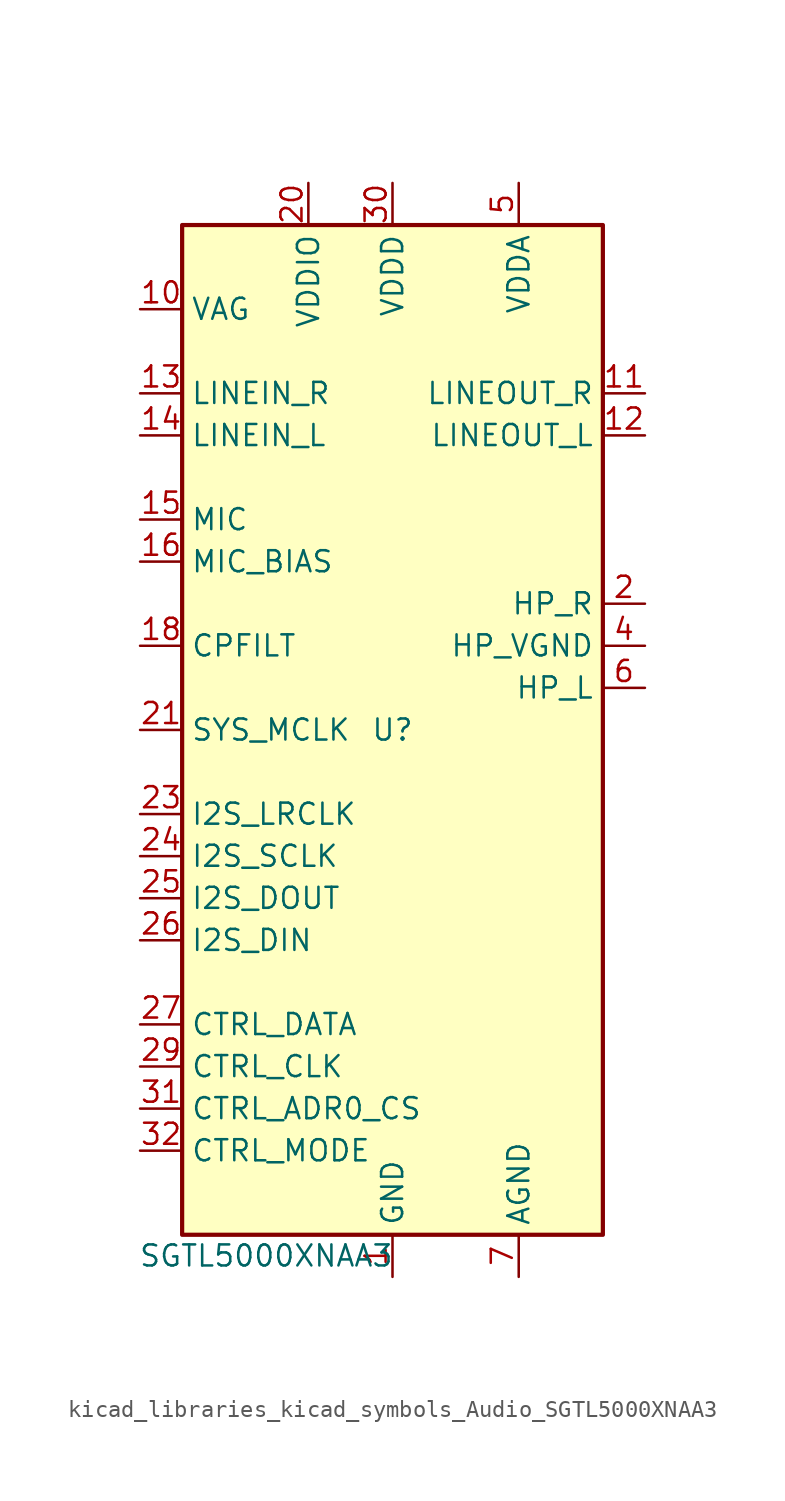
<source format=kicad_sym>
(kicad_symbol_lib
  (version 20220914)
  (generator kicad_symbol_editor)
  (symbol "kicad_libraries_kicad_symbols_Audio_SGTL5000XNAA3"
    (property "Reference" "U"
      (at 0 0 0)
      (effects (font (size 1.27 1.27))))
    (property "Value" "SGTL5000XNAA3"
      (at -7.62 -31.75 0)
      (effects (font (size 1.27 1.27))))
    (symbol "kicad_libraries_kicad_symbols_Audio_SGTL5000XNAA3_0_1"
      (rectangle (start -12.7 30.48) (end 12.7 -30.48) (stroke (width 0.254) (type default)) (fill (type background))))
    (symbol "kicad_libraries_kicad_symbols_Audio_SGTL5000XNAA3_1_1"
      (pin power_in line (at 0 -33.02 90) (length 2.54) (name "GND" (effects (font (size 1.27 1.27)))) (number "1" (effects (font (size 1.27 1.27)))))
      (pin passive line (at -15.24 25.4 0) (length 2.54) (name "VAG" (effects (font (size 1.27 1.27)))) (number "10" (effects (font (size 1.27 1.27)))))
      (pin output line (at 15.24 20.32 180) (length 2.54) (name "LINEOUT_R" (effects (font (size 1.27 1.27)))) (number "11" (effects (font (size 1.27 1.27)))))
      (pin output line (at 15.24 17.78 180) (length 2.54) (name "LINEOUT_L" (effects (font (size 1.27 1.27)))) (number "12" (effects (font (size 1.27 1.27)))))
      (pin input line (at -15.24 20.32 0) (length 2.54) (name "LINEIN_R" (effects (font (size 1.27 1.27)))) (number "13" (effects (font (size 1.27 1.27)))))
      (pin input line (at -15.24 17.78 0) (length 2.54) (name "LINEIN_L" (effects (font (size 1.27 1.27)))) (number "14" (effects (font (size 1.27 1.27)))))
      (pin input line (at -15.24 12.7 0) (length 2.54) (name "MIC" (effects (font (size 1.27 1.27)))) (number "15" (effects (font (size 1.27 1.27)))))
      (pin input line (at -15.24 10.16 0) (length 2.54) (name "MIC_BIAS" (effects (font (size 1.27 1.27)))) (number "16" (effects (font (size 1.27 1.27)))))
      (pin no_connect line (at 10.16 -20.32 0) (length 2.54) hide (name "NC" (effects (font (size 1.27 1.27)))) (number "17" (effects (font (size 1.27 1.27)))))
      (pin input line (at -15.24 5.08 0) (length 2.54) (name "CPFILT" (effects (font (size 1.27 1.27)))) (number "18" (effects (font (size 1.27 1.27)))))
      (pin no_connect line (at 10.16 -2.54 0) (length 2.54) hide (name "NC" (effects (font (size 1.27 1.27)))) (number "19" (effects (font (size 1.27 1.27)))))
      (pin output line (at 15.24 7.62 180) (length 2.54) (name "HP_R" (effects (font (size 1.27 1.27)))) (number "2" (effects (font (size 1.27 1.27)))))
      (pin power_in line (at -5.08 33.02 270) (length 2.54) (name "VDDIO" (effects (font (size 1.27 1.27)))) (number "20" (effects (font (size 1.27 1.27)))))
      (pin input line (at -15.24 0 0) (length 2.54) (name "SYS_MCLK" (effects (font (size 1.27 1.27)))) (number "21" (effects (font (size 1.27 1.27)))))
      (pin no_connect line (at 10.16 -5.08 0) (length 2.54) hide (name "NC" (effects (font (size 1.27 1.27)))) (number "22" (effects (font (size 1.27 1.27)))))
      (pin input line (at -15.24 -5.08 0) (length 2.54) (name "I2S_LRCLK" (effects (font (size 1.27 1.27)))) (number "23" (effects (font (size 1.27 1.27)))))
      (pin input line (at -15.24 -7.62 0) (length 2.54) (name "I2S_SCLK" (effects (font (size 1.27 1.27)))) (number "24" (effects (font (size 1.27 1.27)))))
      (pin output line (at -15.24 -10.16 0) (length 2.54) (name "I2S_DOUT" (effects (font (size 1.27 1.27)))) (number "25" (effects (font (size 1.27 1.27)))))
      (pin input line (at -15.24 -12.7 0) (length 2.54) (name "I2S_DIN" (effects (font (size 1.27 1.27)))) (number "26" (effects (font (size 1.27 1.27)))))
      (pin input line (at -15.24 -17.78 0) (length 2.54) (name "CTRL_DATA" (effects (font (size 1.27 1.27)))) (number "27" (effects (font (size 1.27 1.27)))))
      (pin no_connect line (at 10.16 -7.62 0) (length 2.54) hide (name "NC" (effects (font (size 1.27 1.27)))) (number "28" (effects (font (size 1.27 1.27)))))
      (pin input line (at -15.24 -20.32 0) (length 2.54) (name "CTRL_CLK" (effects (font (size 1.27 1.27)))) (number "29" (effects (font (size 1.27 1.27)))))
      (pin passive line (at 0 -33.02 90) (length 2.54) hide (name "GND" (effects (font (size 1.27 1.27)))) (number "3" (effects (font (size 1.27 1.27)))))
      (pin power_in line (at 0 33.02 270) (length 2.54) (name "VDDD" (effects (font (size 1.27 1.27)))) (number "30" (effects (font (size 1.27 1.27)))))
      (pin input line (at -15.24 -22.86 0) (length 2.54) (name "CTRL_ADR0_CS" (effects (font (size 1.27 1.27)))) (number "31" (effects (font (size 1.27 1.27)))))
      (pin input line (at -15.24 -25.4 0) (length 2.54) (name "CTRL_MODE" (effects (font (size 1.27 1.27)))) (number "32" (effects (font (size 1.27 1.27)))))
      (pin passive line (at 0 -33.02 90) (length 2.54) hide (name "GND" (effects (font (size 1.27 1.27)))) (number "33" (effects (font (size 1.27 1.27)))))
      (pin power_out line (at 15.24 5.08 180) (length 2.54) (name "HP_VGND" (effects (font (size 1.27 1.27)))) (number "4" (effects (font (size 1.27 1.27)))))
      (pin power_in line (at 7.62 33.02 270) (length 2.54) (name "VDDA" (effects (font (size 1.27 1.27)))) (number "5" (effects (font (size 1.27 1.27)))))
      (pin output line (at 15.24 2.54 180) (length 2.54) (name "HP_L" (effects (font (size 1.27 1.27)))) (number "6" (effects (font (size 1.27 1.27)))))
      (pin power_in line (at 7.62 -33.02 90) (length 2.54) (name "AGND" (effects (font (size 1.27 1.27)))) (number "7" (effects (font (size 1.27 1.27)))))
      (pin no_connect line (at 10.16 -15.24 0) (length 2.54) hide (name "NC" (effects (font (size 1.27 1.27)))) (number "8" (effects (font (size 1.27 1.27)))))
      (pin no_connect line (at 10.16 -17.78 0) (length 2.54) hide (name "NC" (effects (font (size 1.27 1.27)))) (number "9" (effects (font (size 1.27 1.27))))))))
</source>
